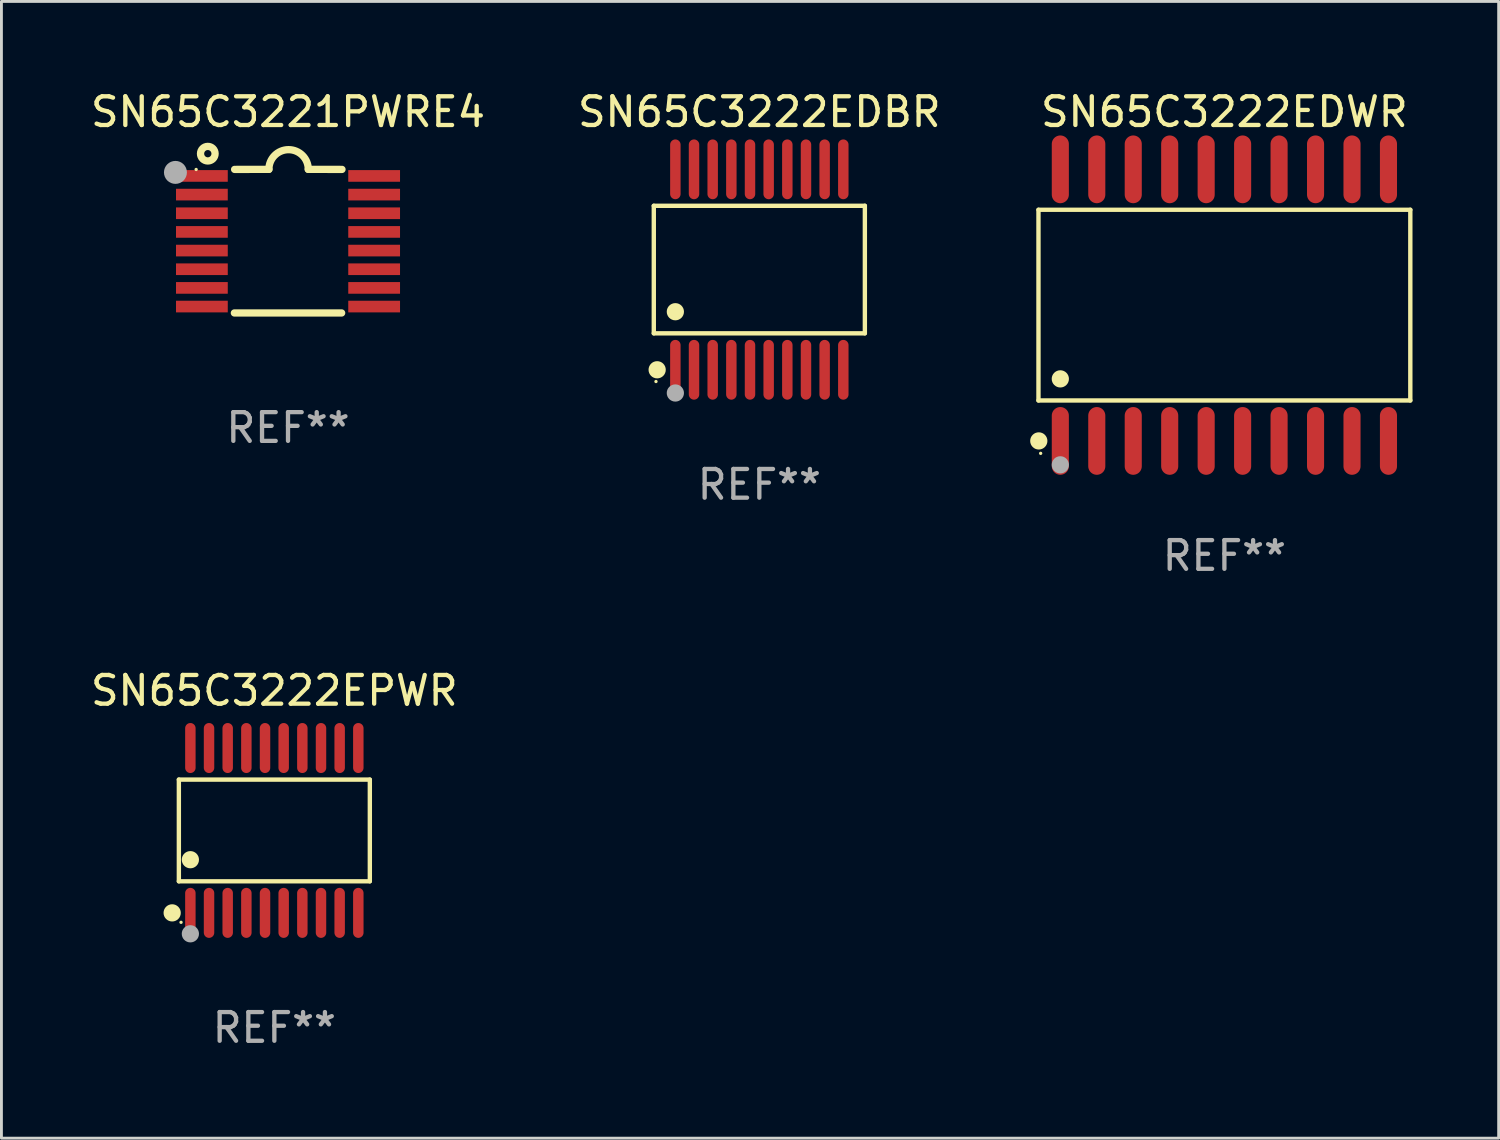
<source format=kicad_pcb>
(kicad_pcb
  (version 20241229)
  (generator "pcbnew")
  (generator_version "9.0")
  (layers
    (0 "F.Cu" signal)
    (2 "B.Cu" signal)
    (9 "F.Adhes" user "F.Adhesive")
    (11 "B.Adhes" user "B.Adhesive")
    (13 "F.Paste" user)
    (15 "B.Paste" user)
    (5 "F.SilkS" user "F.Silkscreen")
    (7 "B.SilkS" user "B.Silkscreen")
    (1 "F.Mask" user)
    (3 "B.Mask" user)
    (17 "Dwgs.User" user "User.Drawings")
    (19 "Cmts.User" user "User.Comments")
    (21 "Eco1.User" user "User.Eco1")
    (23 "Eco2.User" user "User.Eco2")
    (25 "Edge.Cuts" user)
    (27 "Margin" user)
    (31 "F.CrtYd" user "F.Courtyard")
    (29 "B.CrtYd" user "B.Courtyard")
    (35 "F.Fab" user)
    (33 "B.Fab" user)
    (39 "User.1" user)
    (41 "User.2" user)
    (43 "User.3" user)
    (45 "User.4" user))
  (footprint "SN65C3221PWRE4"
    (layer "F.Cu")
    (at 6.982 5.35)
    (property "Reference" "SN65C3221PWRE4" (at 0 -4.501 0) (layer "F.SilkS") (effects (font (size 1 1) (thickness 0.15))))
    (attr through_hole)
    (fp_line (start -1.868 2.501) (end 1.868 2.501) (stroke (width 0.254) (type solid)) (layer "F.SilkS"))
    (fp_line (start -1.86 -2.499) (end -0.666 -2.501) (stroke (width 0.254) (type solid)) (layer "F.SilkS"))
    (fp_line (start 0.706 -2.501) (end 1.88 -2.499) (stroke (width 0.254) (type solid)) (layer "F.SilkS"))
    (fp_arc (start -0.665914 -2.501448) (mid 0.019888 -3.18725) (end 0.70569 -2.501448) (stroke (width 0.254001) (type solid)) (layer "F.SilkS"))
    (fp_circle (center -3.2 -2.497) (end -3.17 -2.497) (stroke (width 0.06) (type solid)) (fill no) (layer "F.SilkS"))
    (fp_circle (center -2.794 -3.047) (end -2.54 -3.047) (stroke (width 0.254) (type solid)) (fill no) (layer "F.SilkS"))
    (fp_circle (center -3.921 -2.395) (end -3.721 -2.395) (stroke (width 0.4) (type solid)) (fill no) (layer "F.Fab"))
    (fp_text user "REF**" (at 0 6.501 0) (layer "F.Fab") (effects (font (size 1 1) (thickness 0.15))))
    (pad "1" smd rect (at -3 -2.272) (size 1.803 0.406) (layers "F.Cu" "F.Mask" "F.Paste"))
    (pad "2" smd rect (at -3 -1.622) (size 1.803 0.406) (layers "F.Cu" "F.Mask" "F.Paste"))
    (pad "3" smd rect (at -3 -0.972) (size 1.803 0.406) (layers "F.Cu" "F.Mask" "F.Paste"))
    (pad "4" smd rect (at -3 -0.322) (size 1.803 0.406) (layers "F.Cu" "F.Mask" "F.Paste"))
    (pad "5" smd rect (at -3 0.328) (size 1.803 0.406) (layers "F.Cu" "F.Mask" "F.Paste"))
    (pad "6" smd rect (at -3 0.978) (size 1.803 0.406) (layers "F.Cu" "F.Mask" "F.Paste"))
    (pad "7" smd rect (at -3 1.628) (size 1.803 0.406) (layers "F.Cu" "F.Mask" "F.Paste"))
    (pad "8" smd rect (at -3 2.278) (size 1.803 0.406) (layers "F.Cu" "F.Mask" "F.Paste"))
    (pad "9" smd rect (at 3 2.278) (size 1.803 0.406) (layers "F.Cu" "F.Mask" "F.Paste"))
    (pad "10" smd rect (at 3 1.628) (size 1.803 0.406) (layers "F.Cu" "F.Mask" "F.Paste"))
    (pad "11" smd rect (at 3 0.978) (size 1.803 0.406) (layers "F.Cu" "F.Mask" "F.Paste"))
    (pad "12" smd rect (at 3 0.328) (size 1.803 0.406) (layers "F.Cu" "F.Mask" "F.Paste"))
    (pad "13" smd rect (at 3 -0.322) (size 1.803 0.406) (layers "F.Cu" "F.Mask" "F.Paste"))
    (pad "14" smd rect (at 3 -0.972) (size 1.803 0.406) (layers "F.Cu" "F.Mask" "F.Paste"))
    (pad "15" smd rect (at 3 -1.622) (size 1.803 0.406) (layers "F.Cu" "F.Mask" "F.Paste"))
    (pad "16" smd rect (at 3 -2.272) (size 1.803 0.406) (layers "F.Cu" "F.Mask" "F.Paste")))
  (footprint "SN65C3222EDWR"
    (layer "F.Cu")
    (at 39.598 7.578)
    (property "Reference" "SN65C3222EDWR" (at 0 -6.73 0) (layer "F.SilkS") (effects (font (size 1 1) (thickness 0.15))))
    (attr through_hole)
    (fp_line (start -6.476 -3.321) (end 6.476 -3.321) (stroke (width 0.152) (type solid)) (layer "F.SilkS"))
    (fp_line (start -6.476 3.321) (end -6.476 -3.321) (stroke (width 0.152) (type solid)) (layer "F.SilkS"))
    (fp_line (start 6.476 -3.321) (end 6.476 3.321) (stroke (width 0.152) (type solid)) (layer "F.SilkS"))
    (fp_line (start 6.476 3.321) (end -6.476 3.321) (stroke (width 0.152) (type solid)) (layer "F.SilkS"))
    (fp_circle (center -6.465 4.73) (end -6.315 4.73) (stroke (width 0.3) (type solid)) (fill no) (layer "F.SilkS"))
    (fp_circle (center -6.4 5.163) (end -6.37 5.163) (stroke (width 0.06) (type solid)) (fill no) (layer "F.SilkS"))
    (fp_circle (center -5.715 2.569) (end -5.565 2.569) (stroke (width 0.3) (type solid)) (fill no) (layer "F.SilkS"))
    (fp_circle (center -5.715 5.563) (end -5.565 5.563) (stroke (width 0.3) (type solid)) (fill no) (layer "F.Fab"))
    (fp_text user "REF**" (at 0 8.73 0) (layer "F.Fab") (effects (font (size 1 1) (thickness 0.15))))
    (pad "1" smd oval (at -5.715 4.73) (size 0.595 2.36) (layers "F.Cu" "F.Mask" "F.Paste"))
    (pad "2" smd oval (at -4.445 4.73) (size 0.595 2.36) (layers "F.Cu" "F.Mask" "F.Paste"))
    (pad "3" smd oval (at -3.175 4.73) (size 0.595 2.36) (layers "F.Cu" "F.Mask" "F.Paste"))
    (pad "4" smd oval (at -1.905 4.73) (size 0.595 2.36) (layers "F.Cu" "F.Mask" "F.Paste"))
    (pad "5" smd oval (at -0.635 4.73) (size 0.595 2.36) (layers "F.Cu" "F.Mask" "F.Paste"))
    (pad "6" smd oval (at 0.635 4.73) (size 0.595 2.36) (layers "F.Cu" "F.Mask" "F.Paste"))
    (pad "7" smd oval (at 1.905 4.73) (size 0.595 2.36) (layers "F.Cu" "F.Mask" "F.Paste"))
    (pad "8" smd oval (at 3.175 4.73) (size 0.595 2.36) (layers "F.Cu" "F.Mask" "F.Paste"))
    (pad "9" smd oval (at 4.445 4.73) (size 0.595 2.36) (layers "F.Cu" "F.Mask" "F.Paste"))
    (pad "10" smd oval (at 5.715 4.73) (size 0.595 2.36) (layers "F.Cu" "F.Mask" "F.Paste"))
    (pad "11" smd oval (at 5.715 -4.73) (size 0.595 2.36) (layers "F.Cu" "F.Mask" "F.Paste"))
    (pad "12" smd oval (at 4.445 -4.73) (size 0.595 2.36) (layers "F.Cu" "F.Mask" "F.Paste"))
    (pad "13" smd oval (at 3.175 -4.73) (size 0.595 2.36) (layers "F.Cu" "F.Mask" "F.Paste"))
    (pad "14" smd oval (at 1.905 -4.73) (size 0.595 2.36) (layers "F.Cu" "F.Mask" "F.Paste"))
    (pad "15" smd oval (at 0.635 -4.73) (size 0.595 2.36) (layers "F.Cu" "F.Mask" "F.Paste"))
    (pad "16" smd oval (at -0.635 -4.73) (size 0.595 2.36) (layers "F.Cu" "F.Mask" "F.Paste"))
    (pad "17" smd oval (at -1.905 -4.73) (size 0.595 2.36) (layers "F.Cu" "F.Mask" "F.Paste"))
    (pad "18" smd oval (at -3.175 -4.73) (size 0.595 2.36) (layers "F.Cu" "F.Mask" "F.Paste"))
    (pad "19" smd oval (at -4.445 -4.73) (size 0.595 2.36) (layers "F.Cu" "F.Mask" "F.Paste"))
    (pad "20" smd oval (at -5.715 -4.73) (size 0.595 2.36) (layers "F.Cu" "F.Mask" "F.Paste")))
  (footprint "SN65C3222EDBR"
    (layer "F.Cu")
    (at 23.399 6.339)
    (property "Reference" "SN65C3222EDBR" (at 0 -5.491 0) (layer "F.SilkS") (effects (font (size 1 1) (thickness 0.15))))
    (attr through_hole)
    (fp_line (start -3.676 -2.221) (end 3.676 -2.221) (stroke (width 0.152) (type solid)) (layer "F.SilkS"))
    (fp_line (start -3.676 2.221) (end -3.676 -2.221) (stroke (width 0.152) (type solid)) (layer "F.SilkS"))
    (fp_line (start 3.676 -2.221) (end 3.676 2.221) (stroke (width 0.152) (type solid)) (layer "F.SilkS"))
    (fp_line (start 3.676 2.221) (end -3.676 2.221) (stroke (width 0.152) (type solid)) (layer "F.SilkS"))
    (fp_circle (center -3.6 3.9) (end -3.57 3.9) (stroke (width 0.06) (type solid)) (fill no) (layer "F.SilkS"))
    (fp_circle (center -3.559 3.491) (end -3.409 3.491) (stroke (width 0.3) (type solid)) (fill no) (layer "F.SilkS"))
    (fp_circle (center -2.925 1.469) (end -2.775 1.469) (stroke (width 0.3) (type solid)) (fill no) (layer "F.SilkS"))
    (fp_circle (center -2.925 4.3) (end -2.775 4.3) (stroke (width 0.3) (type solid)) (fill no) (layer "F.Fab"))
    (fp_text user "REF**" (at 0 7.491 0) (layer "F.Fab") (effects (font (size 1 1) (thickness 0.15))))
    (pad "1" smd oval (at -2.925 3.491) (size 0.364 2.082) (layers "F.Cu" "F.Mask" "F.Paste"))
    (pad "2" smd oval (at -2.275 3.491) (size 0.364 2.082) (layers "F.Cu" "F.Mask" "F.Paste"))
    (pad "3" smd oval (at -1.625 3.491) (size 0.364 2.082) (layers "F.Cu" "F.Mask" "F.Paste"))
    (pad "4" smd oval (at -0.975 3.491) (size 0.364 2.082) (layers "F.Cu" "F.Mask" "F.Paste"))
    (pad "5" smd oval (at -0.325 3.491) (size 0.364 2.082) (layers "F.Cu" "F.Mask" "F.Paste"))
    (pad "6" smd oval (at 0.325 3.491) (size 0.364 2.082) (layers "F.Cu" "F.Mask" "F.Paste"))
    (pad "7" smd oval (at 0.975 3.491) (size 0.364 2.082) (layers "F.Cu" "F.Mask" "F.Paste"))
    (pad "8" smd oval (at 1.625 3.491) (size 0.364 2.082) (layers "F.Cu" "F.Mask" "F.Paste"))
    (pad "9" smd oval (at 2.275 3.491) (size 0.364 2.082) (layers "F.Cu" "F.Mask" "F.Paste"))
    (pad "10" smd oval (at 2.925 3.491) (size 0.364 2.082) (layers "F.Cu" "F.Mask" "F.Paste"))
    (pad "11" smd oval (at 2.925 -3.491) (size 0.364 2.082) (layers "F.Cu" "F.Mask" "F.Paste"))
    (pad "12" smd oval (at 2.275 -3.491) (size 0.364 2.082) (layers "F.Cu" "F.Mask" "F.Paste"))
    (pad "13" smd oval (at 1.625 -3.491) (size 0.364 2.082) (layers "F.Cu" "F.Mask" "F.Paste"))
    (pad "14" smd oval (at 0.975 -3.491) (size 0.364 2.082) (layers "F.Cu" "F.Mask" "F.Paste"))
    (pad "15" smd oval (at 0.325 -3.491) (size 0.364 2.082) (layers "F.Cu" "F.Mask" "F.Paste"))
    (pad "16" smd oval (at -0.325 -3.491) (size 0.364 2.082) (layers "F.Cu" "F.Mask" "F.Paste"))
    (pad "17" smd oval (at -0.975 -3.491) (size 0.364 2.082) (layers "F.Cu" "F.Mask" "F.Paste"))
    (pad "18" smd oval (at -1.625 -3.491) (size 0.364 2.082) (layers "F.Cu" "F.Mask" "F.Paste"))
    (pad "19" smd oval (at -2.275 -3.491) (size 0.364 2.082) (layers "F.Cu" "F.Mask" "F.Paste"))
    (pad "20" smd oval (at -2.925 -3.491) (size 0.364 2.082) (layers "F.Cu" "F.Mask" "F.Paste")))
  (footprint "SN65C3222EPWR"
    (layer "F.Cu")
    (at 6.506 25.876)
    (property "Reference" "SN65C3222EPWR" (at 0 -4.871 0) (layer "F.SilkS") (effects (font (size 1 1) (thickness 0.15))))
    (attr through_hole)
    (fp_line (start -3.326 -1.771) (end 3.326 -1.771) (stroke (width 0.152) (type solid)) (layer "F.SilkS"))
    (fp_line (start -3.326 1.771) (end -3.326 -1.771) (stroke (width 0.152) (type solid)) (layer "F.SilkS"))
    (fp_line (start 3.326 -1.771) (end 3.326 1.771) (stroke (width 0.152) (type solid)) (layer "F.SilkS"))
    (fp_line (start 3.326 1.771) (end -3.326 1.771) (stroke (width 0.152) (type solid)) (layer "F.SilkS"))
    (fp_circle (center -3.559 2.871) (end -3.409 2.871) (stroke (width 0.3) (type solid)) (fill no) (layer "F.SilkS"))
    (fp_circle (center -3.25 3.2) (end -3.22 3.2) (stroke (width 0.06) (type solid)) (fill no) (layer "F.SilkS"))
    (fp_circle (center -2.925 1.019) (end -2.775 1.019) (stroke (width 0.3) (type solid)) (fill no) (layer "F.SilkS"))
    (fp_circle (center -2.925 3.6) (end -2.775 3.6) (stroke (width 0.3) (type solid)) (fill no) (layer "F.Fab"))
    (fp_text user "REF**" (at 0 6.871 0) (layer "F.Fab") (effects (font (size 1 1) (thickness 0.15))))
    (pad "1" smd oval (at -2.925 2.871) (size 0.364 1.742) (layers "F.Cu" "F.Mask" "F.Paste"))
    (pad "2" smd oval (at -2.275 2.871) (size 0.364 1.742) (layers "F.Cu" "F.Mask" "F.Paste"))
    (pad "3" smd oval (at -1.625 2.871) (size 0.364 1.742) (layers "F.Cu" "F.Mask" "F.Paste"))
    (pad "4" smd oval (at -0.975 2.871) (size 0.364 1.742) (layers "F.Cu" "F.Mask" "F.Paste"))
    (pad "5" smd oval (at -0.325 2.871) (size 0.364 1.742) (layers "F.Cu" "F.Mask" "F.Paste"))
    (pad "6" smd oval (at 0.325 2.871) (size 0.364 1.742) (layers "F.Cu" "F.Mask" "F.Paste"))
    (pad "7" smd oval (at 0.975 2.871) (size 0.364 1.742) (layers "F.Cu" "F.Mask" "F.Paste"))
    (pad "8" smd oval (at 1.625 2.871) (size 0.364 1.742) (layers "F.Cu" "F.Mask" "F.Paste"))
    (pad "9" smd oval (at 2.275 2.871) (size 0.364 1.742) (layers "F.Cu" "F.Mask" "F.Paste"))
    (pad "10" smd oval (at 2.925 2.871) (size 0.364 1.742) (layers "F.Cu" "F.Mask" "F.Paste"))
    (pad "11" smd oval (at 2.925 -2.871) (size 0.364 1.742) (layers "F.Cu" "F.Mask" "F.Paste"))
    (pad "12" smd oval (at 2.275 -2.871) (size 0.364 1.742) (layers "F.Cu" "F.Mask" "F.Paste"))
    (pad "13" smd oval (at 1.625 -2.871) (size 0.364 1.742) (layers "F.Cu" "F.Mask" "F.Paste"))
    (pad "14" smd oval (at 0.975 -2.871) (size 0.364 1.742) (layers "F.Cu" "F.Mask" "F.Paste"))
    (pad "15" smd oval (at 0.325 -2.871) (size 0.364 1.742) (layers "F.Cu" "F.Mask" "F.Paste"))
    (pad "16" smd oval (at -0.325 -2.871) (size 0.364 1.742) (layers "F.Cu" "F.Mask" "F.Paste"))
    (pad "17" smd oval (at -0.975 -2.871) (size 0.364 1.742) (layers "F.Cu" "F.Mask" "F.Paste"))
    (pad "18" smd oval (at -1.625 -2.871) (size 0.364 1.742) (layers "F.Cu" "F.Mask" "F.Paste"))
    (pad "19" smd oval (at -2.275 -2.871) (size 0.364 1.742) (layers "F.Cu" "F.Mask" "F.Paste"))
    (pad "20" smd oval (at -2.925 -2.871) (size 0.364 1.742) (layers "F.Cu" "F.Mask" "F.Paste")))
  (gr_rect
    (start -3 -3)
    (end 49.151 36.595)
    (stroke (width 0.1) (type default))
    (fill no)
    (layer "Edge.Cuts")))
</source>
